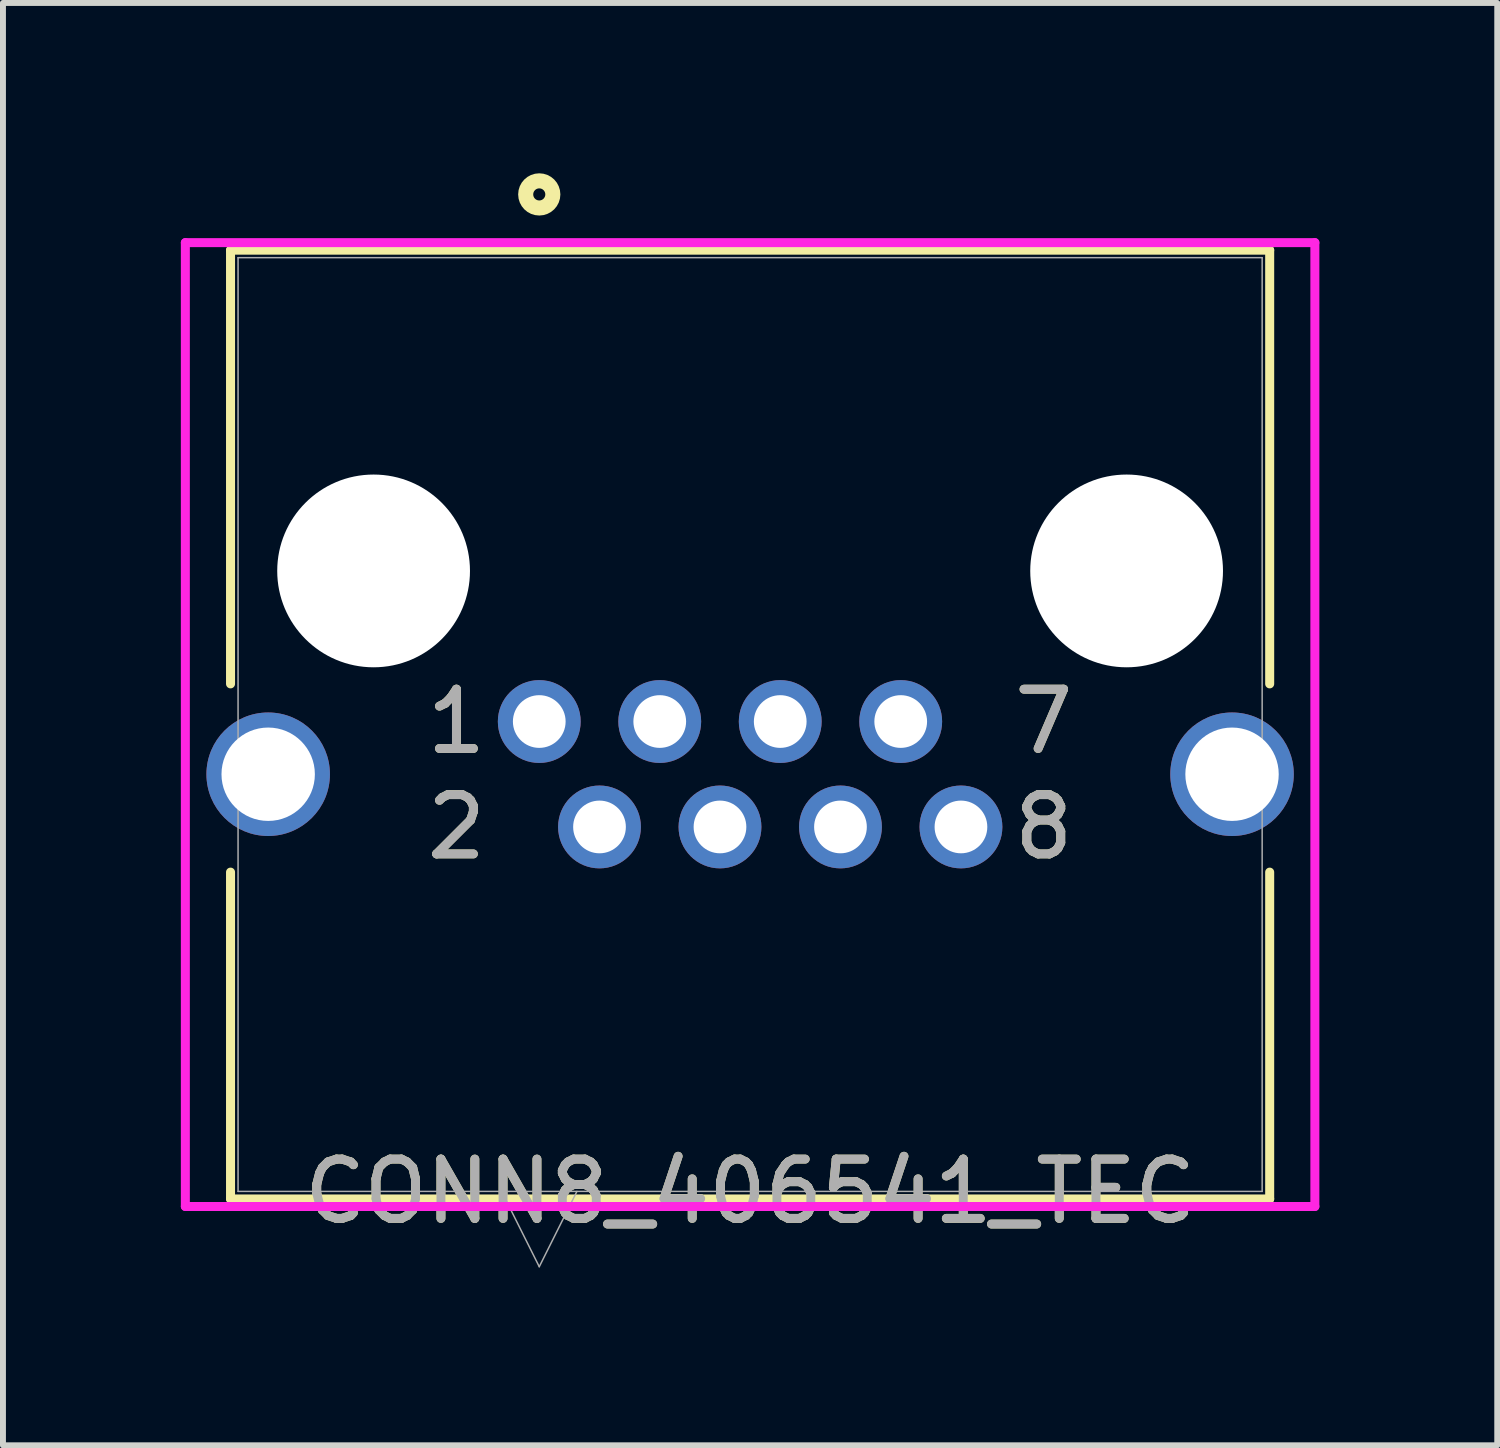
<source format=kicad_pcb>
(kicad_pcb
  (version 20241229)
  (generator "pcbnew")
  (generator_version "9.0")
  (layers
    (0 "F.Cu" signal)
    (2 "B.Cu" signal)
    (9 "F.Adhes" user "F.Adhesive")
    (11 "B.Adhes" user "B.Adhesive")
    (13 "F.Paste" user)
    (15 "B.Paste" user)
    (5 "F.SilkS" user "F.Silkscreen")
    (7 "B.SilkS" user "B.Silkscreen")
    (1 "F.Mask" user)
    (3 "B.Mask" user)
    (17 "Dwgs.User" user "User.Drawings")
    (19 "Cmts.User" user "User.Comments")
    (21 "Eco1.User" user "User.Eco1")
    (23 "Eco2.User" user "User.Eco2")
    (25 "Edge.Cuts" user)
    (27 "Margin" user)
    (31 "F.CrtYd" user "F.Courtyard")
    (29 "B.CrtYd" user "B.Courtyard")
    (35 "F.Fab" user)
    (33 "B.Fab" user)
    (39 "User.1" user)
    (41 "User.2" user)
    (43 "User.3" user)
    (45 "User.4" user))
  (footprint "CONN8_406541_TEC"
    (layer "F.Cu")
    (at 6.045 9.119)
    (property "Reference" "CONN8_406541_TEC" (at 3.556 7.925 0) (unlocked yes) (layer "F.SilkS") (effects (font (size 1 1) (thickness 0.15))))
    (attr through_hole)
    (fp_line (start -5.207 -7.95) (end -5.207 -0.635) (stroke (width 0.152) (type solid)) (layer "F.SilkS"))
    (fp_line (start -5.207 8.052) (end -5.207 2.54) (stroke (width 0.152) (type solid)) (layer "F.SilkS"))
    (fp_line (start -5.207 8.052) (end 12.319 8.052) (stroke (width 0.152) (type solid)) (layer "F.SilkS"))
    (fp_line (start 12.319 -7.95) (end -5.207 -7.95) (stroke (width 0.152) (type solid)) (layer "F.SilkS"))
    (fp_line (start 12.319 -0.635) (end 12.319 -7.95) (stroke (width 0.152) (type solid)) (layer "F.SilkS"))
    (fp_line (start 12.319 8.052) (end 12.319 2.54) (stroke (width 0.152) (type solid)) (layer "F.SilkS"))
    (fp_circle (center 0 -8.89) (end 0.102 -8.89) (stroke (width 0.254) (type solid)) (fill no) (layer "F.SilkS"))
    (fp_line (start -5.969 -8.077) (end -5.969 8.179) (stroke (width 0.152) (type solid)) (layer "F.CrtYd"))
    (fp_line (start -5.969 8.179) (end 13.081 8.179) (stroke (width 0.152) (type solid)) (layer "F.CrtYd"))
    (fp_line (start 13.081 -8.077) (end -5.969 -8.077) (stroke (width 0.152) (type solid)) (layer "F.CrtYd"))
    (fp_line (start 13.081 8.179) (end 13.081 -8.077) (stroke (width 0.152) (type solid)) (layer "F.CrtYd"))
    (fp_line (start -5.08 -7.823) (end -5.08 7.925) (stroke (width 0.025) (type solid)) (layer "F.Fab"))
    (fp_line (start -5.08 7.925) (end 12.192 7.925) (stroke (width 0.025) (type solid)) (layer "F.Fab"))
    (fp_line (start -0.635 7.925) (end 0 9.195) (stroke (width 0.025) (type solid)) (layer "F.Fab"))
    (fp_line (start 0.635 7.925) (end 0 9.195) (stroke (width 0.025) (type solid)) (layer "F.Fab"))
    (fp_line (start 12.192 -7.823) (end -5.08 -7.823) (stroke (width 0.025) (type solid)) (layer "F.Fab"))
    (fp_line (start 12.192 7.925) (end 12.192 -7.823) (stroke (width 0.025) (type solid)) (layer "F.Fab"))
    (fp_text user "7" (at 8.509 0 0) (unlocked yes) (layer "F.SilkS") (effects (font (size 1 1) (thickness 0.15))))
    (fp_text user "2" (at -1.397 1.778 0) (unlocked yes) (layer "F.SilkS") (effects (font (size 1 1) (thickness 0.15))))
    (fp_text user "8" (at 8.509 1.778 0) (unlocked yes) (layer "F.SilkS") (effects (font (size 1 1) (thickness 0.15))))
    (fp_text user "1" (at -1.397 0 0) (unlocked yes) (layer "F.SilkS") (effects (font (size 1 1) (thickness 0.15))))
    (fp_text user "7" (at 8.509 0 0) (unlocked yes) (layer "F.Fab") (effects (font (size 1 1) (thickness 0.15))))
    (fp_text user "${REFERENCE}" (at 3.556 7.925 0) (unlocked yes) (layer "F.Fab") (effects (font (size 1 1) (thickness 0.15))))
    (fp_text user "2" (at -1.397 1.778 0) (unlocked yes) (layer "F.Fab") (effects (font (size 1 1) (thickness 0.15))))
    (fp_text user "8" (at 8.509 1.778 0) (unlocked yes) (layer "F.Fab") (effects (font (size 1 1) (thickness 0.15))))
    (fp_text user "1" (at -1.397 0 0) (unlocked yes) (layer "F.Fab") (effects (font (size 1 1) (thickness 0.15))))
    (pad "" np_thru_hole circle (at -2.794 -2.54) (size 3.251 3.251) (drill 3.251) (layers "*.Cu" "*.Mask"))
    (pad "" np_thru_hole circle (at 9.906 -2.54) (size 3.251 3.251) (drill 3.251) (layers "*.Cu" "*.Mask"))
    (pad "1" thru_hole circle (at 0 0) (size 1.397 1.397) (drill 0.889) (layers "*.Cu" "*.Mask"))
    (pad "2" thru_hole circle (at 1.016 1.778) (size 1.397 1.397) (drill 0.889) (layers "*.Cu" "*.Mask"))
    (pad "3" thru_hole circle (at 2.032 0) (size 1.397 1.397) (drill 0.889) (layers "*.Cu" "*.Mask"))
    (pad "4" thru_hole circle (at 3.048 1.778) (size 1.397 1.397) (drill 0.889) (layers "*.Cu" "*.Mask"))
    (pad "5" thru_hole circle (at 4.064 0) (size 1.397 1.397) (drill 0.889) (layers "*.Cu" "*.Mask"))
    (pad "6" thru_hole circle (at 5.08 1.778) (size 1.397 1.397) (drill 0.889) (layers "*.Cu" "*.Mask"))
    (pad "7" thru_hole circle (at 6.096 0) (size 1.397 1.397) (drill 0.889) (layers "*.Cu" "*.Mask"))
    (pad "8" thru_hole circle (at 7.112 1.778) (size 1.397 1.397) (drill 0.889) (layers "*.Cu" "*.Mask"))
    (pad "9" thru_hole circle (at -4.572 0.889) (size 2.083 2.083) (drill 1.575) (layers "*.Cu" "*.Mask"))
    (pad "10" thru_hole circle (at 11.684 0.889) (size 2.083 2.083) (drill 1.575) (layers "*.Cu" "*.Mask")))
  (gr_rect
    (start -3 -3)
    (end 22.202 21.326)
    (stroke (width 0.1) (type default))
    (fill no)
    (layer "Edge.Cuts")))
</source>
